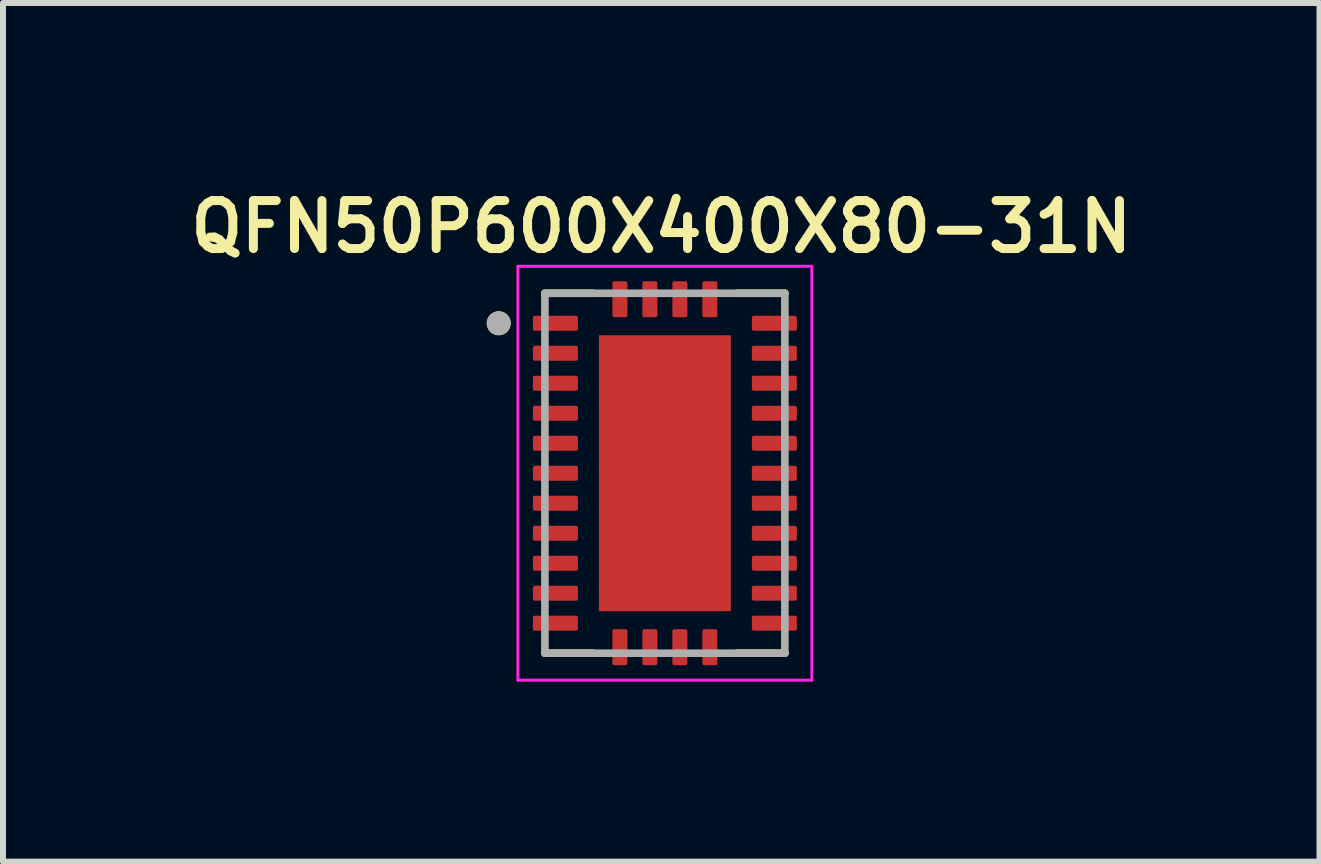
<source format=kicad_pcb>
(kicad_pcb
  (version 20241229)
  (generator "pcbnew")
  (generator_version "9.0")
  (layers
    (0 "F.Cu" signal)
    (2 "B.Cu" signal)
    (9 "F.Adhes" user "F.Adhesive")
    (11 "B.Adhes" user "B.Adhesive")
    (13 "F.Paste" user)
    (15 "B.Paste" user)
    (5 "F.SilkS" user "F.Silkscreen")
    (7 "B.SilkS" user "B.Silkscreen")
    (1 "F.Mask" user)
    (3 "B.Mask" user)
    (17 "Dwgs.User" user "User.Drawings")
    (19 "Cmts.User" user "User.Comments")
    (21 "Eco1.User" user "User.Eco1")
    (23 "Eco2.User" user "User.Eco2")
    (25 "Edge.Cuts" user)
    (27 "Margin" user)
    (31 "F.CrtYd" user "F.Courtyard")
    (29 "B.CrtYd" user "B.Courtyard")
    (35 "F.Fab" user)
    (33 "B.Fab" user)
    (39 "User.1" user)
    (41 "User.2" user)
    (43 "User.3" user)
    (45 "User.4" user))
  (footprint "QFN50P600X400X80-31N"
    (layer "F.Cu")
    (at 8.034 4.839)
    (property "Reference" "QFN50P600X400X80-31N" (at -0.06 -4.108 0) (layer "F.SilkS") (effects (font (size 0.8 0.8) (thickness 0.15))))
    (attr smd)
    (fp_line (start -2 -3) (end -1.205 -3) (stroke (width 0.127) (type solid)) (layer "F.SilkS"))
    (fp_line (start -2 3) (end -1.205 3) (stroke (width 0.127) (type solid)) (layer "F.SilkS"))
    (fp_line (start 2 -3) (end 1.205 -3) (stroke (width 0.127) (type solid)) (layer "F.SilkS"))
    (fp_line (start 2 3) (end 1.205 3) (stroke (width 0.127) (type solid)) (layer "F.SilkS"))
    (fp_circle (center -2.77 -2.5) (end -2.67 -2.5) (stroke (width 0.2) (type solid)) (fill no) (layer "F.SilkS"))
    (fp_poly (pts (xy -1.08 -2.22) (xy -0.1 -2.22) (xy -0.1 -1.26) (xy -1.08 -1.26)) (stroke (width 0.01) (type solid)) (fill yes) (layer "F.Paste"))
    (fp_poly (pts (xy -1.08 -1.06) (xy -0.1 -1.06) (xy -0.1 -0.1) (xy -1.08 -0.1)) (stroke (width 0.01) (type solid)) (fill yes) (layer "F.Paste"))
    (fp_poly (pts (xy -1.08 0.1) (xy -0.1 0.1) (xy -0.1 1.06) (xy -1.08 1.06)) (stroke (width 0.01) (type solid)) (fill yes) (layer "F.Paste"))
    (fp_poly (pts (xy -1.08 1.26) (xy -0.1 1.26) (xy -0.1 2.22) (xy -1.08 2.22)) (stroke (width 0.01) (type solid)) (fill yes) (layer "F.Paste"))
    (fp_poly (pts (xy 0.1 -2.22) (xy 1.08 -2.22) (xy 1.08 -1.26) (xy 0.1 -1.26)) (stroke (width 0.01) (type solid)) (fill yes) (layer "F.Paste"))
    (fp_poly (pts (xy 0.1 -1.06) (xy 1.08 -1.06) (xy 1.08 -0.1) (xy 0.1 -0.1)) (stroke (width 0.01) (type solid)) (fill yes) (layer "F.Paste"))
    (fp_poly (pts (xy 0.1 0.1) (xy 1.08 0.1) (xy 1.08 1.06) (xy 0.1 1.06)) (stroke (width 0.01) (type solid)) (fill yes) (layer "F.Paste"))
    (fp_poly (pts (xy 0.1 1.26) (xy 1.08 1.26) (xy 1.08 2.22) (xy 0.1 2.22)) (stroke (width 0.01) (type solid)) (fill yes) (layer "F.Paste"))
    (fp_line (start -2.45 -3.45) (end 2.45 -3.45) (stroke (width 0.05) (type solid)) (layer "F.CrtYd"))
    (fp_line (start -2.45 3.45) (end -2.45 -3.45) (stroke (width 0.05) (type solid)) (layer "F.CrtYd"))
    (fp_line (start -2.45 3.45) (end 2.45 3.45) (stroke (width 0.05) (type solid)) (layer "F.CrtYd"))
    (fp_line (start 2.45 3.45) (end 2.45 -3.45) (stroke (width 0.05) (type solid)) (layer "F.CrtYd"))
    (fp_line (start -2 3) (end -2 -3) (stroke (width 0.127) (type solid)) (layer "F.Fab"))
    (fp_line (start 2 -3) (end -2 -3) (stroke (width 0.127) (type solid)) (layer "F.Fab"))
    (fp_line (start 2 3) (end -2 3) (stroke (width 0.127) (type solid)) (layer "F.Fab"))
    (fp_line (start 2 3) (end 2 -3) (stroke (width 0.127) (type solid)) (layer "F.Fab"))
    (fp_circle (center -2.77 -2.5) (end -2.67 -2.5) (stroke (width 0.2) (type solid)) (fill no) (layer "F.Fab"))
    (pad "" smd circle (at -0.85 -1.16) (size 0.2 0.2) (layers "F.Paste"))
    (pad "" smd circle (at -0.85 0) (size 0.2 0.2) (layers "F.Paste"))
    (pad "" smd circle (at -0.85 1.16) (size 0.2 0.2) (layers "F.Paste"))
    (pad "" smd circle (at 0 -2.05) (size 0.2 0.2) (layers "F.Paste"))
    (pad "" smd circle (at 0 -1.16) (size 0.2 0.2) (layers "F.Paste"))
    (pad "" smd circle (at 0 0) (size 0.2 0.2) (layers "F.Paste"))
    (pad "" smd circle (at 0 1.16) (size 0.2 0.2) (layers "F.Paste"))
    (pad "" smd circle (at 0 2.05) (size 0.2 0.2) (layers "F.Paste"))
    (pad "" smd circle (at 0.85 -1.16) (size 0.2 0.2) (layers "F.Paste"))
    (pad "" smd circle (at 0.85 0) (size 0.2 0.2) (layers "F.Paste"))
    (pad "" smd circle (at 0.85 1.16) (size 0.2 0.2) (layers "F.Paste"))
    (pad "1" smd roundrect (at -1.825 -2.5) (size 0.75 0.25) (layers "F.Cu" "F.Mask" "F.Paste") (roundrect_rratio 0.125))
    (pad "2" smd roundrect (at -1.825 -2) (size 0.75 0.25) (layers "F.Cu" "F.Mask" "F.Paste") (roundrect_rratio 0.125))
    (pad "3" smd roundrect (at -1.825 -1.5) (size 0.75 0.25) (layers "F.Cu" "F.Mask" "F.Paste") (roundrect_rratio 0.125))
    (pad "4" smd roundrect (at -1.825 -1) (size 0.75 0.25) (layers "F.Cu" "F.Mask" "F.Paste") (roundrect_rratio 0.125))
    (pad "5" smd roundrect (at -1.825 -0.5) (size 0.75 0.25) (layers "F.Cu" "F.Mask" "F.Paste") (roundrect_rratio 0.125))
    (pad "6" smd roundrect (at -1.825 0) (size 0.75 0.25) (layers "F.Cu" "F.Mask" "F.Paste") (roundrect_rratio 0.125))
    (pad "7" smd roundrect (at -1.825 0.5) (size 0.75 0.25) (layers "F.Cu" "F.Mask" "F.Paste") (roundrect_rratio 0.125))
    (pad "8" smd roundrect (at -1.825 1) (size 0.75 0.25) (layers "F.Cu" "F.Mask" "F.Paste") (roundrect_rratio 0.125))
    (pad "9" smd roundrect (at -1.825 1.5) (size 0.75 0.25) (layers "F.Cu" "F.Mask" "F.Paste") (roundrect_rratio 0.125))
    (pad "10" smd roundrect (at -1.825 2) (size 0.75 0.25) (layers "F.Cu" "F.Mask" "F.Paste") (roundrect_rratio 0.125))
    (pad "11" smd roundrect (at -1.825 2.5) (size 0.75 0.25) (layers "F.Cu" "F.Mask" "F.Paste") (roundrect_rratio 0.125))
    (pad "12" smd roundrect (at -0.75 2.9) (size 0.25 0.6) (layers "F.Cu" "F.Mask" "F.Paste") (roundrect_rratio 0.125))
    (pad "13" smd roundrect (at -0.25 2.9) (size 0.25 0.6) (layers "F.Cu" "F.Mask" "F.Paste") (roundrect_rratio 0.125))
    (pad "14" smd roundrect (at 0.25 2.9) (size 0.25 0.6) (layers "F.Cu" "F.Mask" "F.Paste") (roundrect_rratio 0.125))
    (pad "15" smd roundrect (at 0.75 2.9) (size 0.25 0.6) (layers "F.Cu" "F.Mask" "F.Paste") (roundrect_rratio 0.125))
    (pad "16" smd roundrect (at 1.825 2.5) (size 0.75 0.25) (layers "F.Cu" "F.Mask" "F.Paste") (roundrect_rratio 0.125))
    (pad "17" smd roundrect (at 1.825 2) (size 0.75 0.25) (layers "F.Cu" "F.Mask" "F.Paste") (roundrect_rratio 0.125))
    (pad "18" smd roundrect (at 1.825 1.5) (size 0.75 0.25) (layers "F.Cu" "F.Mask" "F.Paste") (roundrect_rratio 0.125))
    (pad "19" smd roundrect (at 1.825 1) (size 0.75 0.25) (layers "F.Cu" "F.Mask" "F.Paste") (roundrect_rratio 0.125))
    (pad "20" smd roundrect (at 1.825 0.5) (size 0.75 0.25) (layers "F.Cu" "F.Mask" "F.Paste") (roundrect_rratio 0.125))
    (pad "21" smd roundrect (at 1.825 0) (size 0.75 0.25) (layers "F.Cu" "F.Mask" "F.Paste") (roundrect_rratio 0.125))
    (pad "22" smd roundrect (at 1.825 -0.5) (size 0.75 0.25) (layers "F.Cu" "F.Mask" "F.Paste") (roundrect_rratio 0.125))
    (pad "23" smd roundrect (at 1.825 -1) (size 0.75 0.25) (layers "F.Cu" "F.Mask" "F.Paste") (roundrect_rratio 0.125))
    (pad "24" smd roundrect (at 1.825 -1.5) (size 0.75 0.25) (layers "F.Cu" "F.Mask" "F.Paste") (roundrect_rratio 0.125))
    (pad "25" smd roundrect (at 1.825 -2) (size 0.75 0.25) (layers "F.Cu" "F.Mask" "F.Paste") (roundrect_rratio 0.125))
    (pad "26" smd roundrect (at 1.825 -2.5) (size 0.75 0.25) (layers "F.Cu" "F.Mask" "F.Paste") (roundrect_rratio 0.125))
    (pad "27" smd roundrect (at 0.75 -2.9) (size 0.25 0.6) (layers "F.Cu" "F.Mask" "F.Paste") (roundrect_rratio 0.125))
    (pad "28" smd roundrect (at 0.25 -2.9) (size 0.25 0.6) (layers "F.Cu" "F.Mask" "F.Paste") (roundrect_rratio 0.125))
    (pad "29" smd roundrect (at -0.25 -2.9) (size 0.25 0.6) (layers "F.Cu" "F.Mask" "F.Paste") (roundrect_rratio 0.125))
    (pad "30" smd roundrect (at -0.75 -2.9) (size 0.25 0.6) (layers "F.Cu" "F.Mask" "F.Paste") (roundrect_rratio 0.125))
    (pad "31" smd rect (at 0 0) (size 2.2 4.6) (layers "F.Cu" "F.Mask")))
  (gr_rect
    (start -3 -3)
    (end 18.947 11.314)
    (stroke (width 0.1) (type default))
    (fill no)
    (layer "Edge.Cuts")))
</source>
